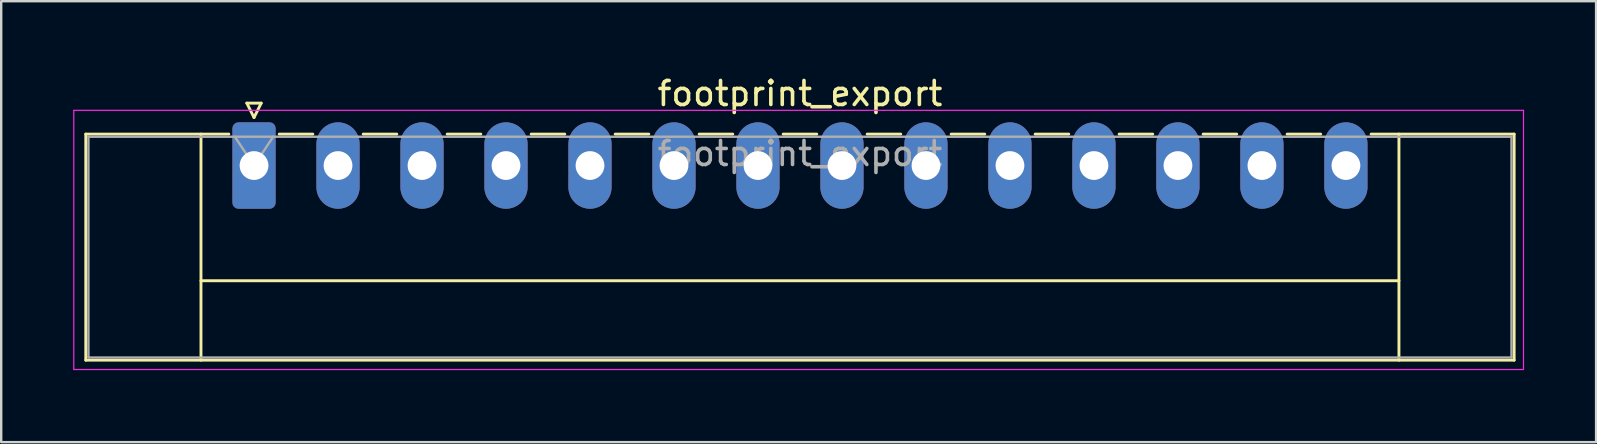
<source format=kicad_pcb>
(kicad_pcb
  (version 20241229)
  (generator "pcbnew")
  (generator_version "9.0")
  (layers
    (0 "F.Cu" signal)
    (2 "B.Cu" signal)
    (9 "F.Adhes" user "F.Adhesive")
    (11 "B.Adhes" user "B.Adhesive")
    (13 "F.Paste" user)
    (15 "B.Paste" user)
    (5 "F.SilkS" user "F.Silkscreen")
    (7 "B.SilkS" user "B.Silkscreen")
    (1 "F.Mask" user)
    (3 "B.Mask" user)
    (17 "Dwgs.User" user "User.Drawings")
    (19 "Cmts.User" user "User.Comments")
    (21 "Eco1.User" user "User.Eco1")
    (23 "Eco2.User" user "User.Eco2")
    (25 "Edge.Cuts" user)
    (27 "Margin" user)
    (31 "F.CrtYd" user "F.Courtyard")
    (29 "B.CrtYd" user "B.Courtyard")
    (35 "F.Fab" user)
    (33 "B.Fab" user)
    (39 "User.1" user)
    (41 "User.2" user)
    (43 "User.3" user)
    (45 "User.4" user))
  (footprint "footprint_export"
    (layer "F.Cu")
    (at 7.535 3.848)
    (property "Reference" "footprint_export" (at 22.75 -3 0) (layer "F.SilkS") (effects (font (size 1 1) (thickness 0.15))))
    (attr through_hole)
    (fp_line (start -7.01 -1.31) (end -7.01 8.11) (stroke (width 0.12) (type solid)) (layer "F.SilkS"))
    (fp_line (start -7.01 -1.31) (end -1.05 -1.31) (stroke (width 0.12) (type solid)) (layer "F.SilkS"))
    (fp_line (start -7.01 8.11) (end 52.51 8.11) (stroke (width 0.12) (type solid)) (layer "F.SilkS"))
    (fp_line (start -2.21 -1.31) (end -2.21 8.11) (stroke (width 0.12) (type solid)) (layer "F.SilkS"))
    (fp_line (start -2.21 4.8) (end 47.71 4.8) (stroke (width 0.12) (type solid)) (layer "F.SilkS"))
    (fp_line (start -0.3 -2.6) (end 0.3 -2.6) (stroke (width 0.12) (type solid)) (layer "F.SilkS"))
    (fp_line (start 0 -2) (end -0.3 -2.6) (stroke (width 0.12) (type solid)) (layer "F.SilkS"))
    (fp_line (start 0.3 -2.6) (end 0 -2) (stroke (width 0.12) (type solid)) (layer "F.SilkS"))
    (fp_line (start 1.05 -1.31) (end 2.45 -1.31) (stroke (width 0.12) (type solid)) (layer "F.SilkS"))
    (fp_line (start 4.55 -1.31) (end 5.95 -1.31) (stroke (width 0.12) (type solid)) (layer "F.SilkS"))
    (fp_line (start 8.05 -1.31) (end 9.45 -1.31) (stroke (width 0.12) (type solid)) (layer "F.SilkS"))
    (fp_line (start 11.55 -1.31) (end 12.95 -1.31) (stroke (width 0.12) (type solid)) (layer "F.SilkS"))
    (fp_line (start 15.05 -1.31) (end 16.45 -1.31) (stroke (width 0.12) (type solid)) (layer "F.SilkS"))
    (fp_line (start 18.55 -1.31) (end 19.95 -1.31) (stroke (width 0.12) (type solid)) (layer "F.SilkS"))
    (fp_line (start 22.05 -1.31) (end 23.45 -1.31) (stroke (width 0.12) (type solid)) (layer "F.SilkS"))
    (fp_line (start 25.55 -1.31) (end 26.95 -1.31) (stroke (width 0.12) (type solid)) (layer "F.SilkS"))
    (fp_line (start 29.05 -1.31) (end 30.45 -1.31) (stroke (width 0.12) (type solid)) (layer "F.SilkS"))
    (fp_line (start 32.55 -1.31) (end 33.95 -1.31) (stroke (width 0.12) (type solid)) (layer "F.SilkS"))
    (fp_line (start 36.05 -1.31) (end 37.45 -1.31) (stroke (width 0.12) (type solid)) (layer "F.SilkS"))
    (fp_line (start 39.55 -1.31) (end 40.95 -1.31) (stroke (width 0.12) (type solid)) (layer "F.SilkS"))
    (fp_line (start 43.05 -1.31) (end 44.45 -1.31) (stroke (width 0.12) (type solid)) (layer "F.SilkS"))
    (fp_line (start 47.71 -1.31) (end 47.71 8.11) (stroke (width 0.12) (type solid)) (layer "F.SilkS"))
    (fp_line (start 52.51 -1.31) (end 46.55 -1.31) (stroke (width 0.12) (type solid)) (layer "F.SilkS"))
    (fp_line (start 52.51 8.11) (end 52.51 -1.31) (stroke (width 0.12) (type solid)) (layer "F.SilkS"))
    (fp_line (start -7.51 -2.3) (end -7.51 8.5) (stroke (width 0.05) (type solid)) (layer "F.CrtYd"))
    (fp_line (start -7.51 8.5) (end 52.9 8.5) (stroke (width 0.05) (type solid)) (layer "F.CrtYd"))
    (fp_line (start 52.9 -2.3) (end -7.51 -2.3) (stroke (width 0.05) (type solid)) (layer "F.CrtYd"))
    (fp_line (start 52.9 8.5) (end 52.9 -2.3) (stroke (width 0.05) (type solid)) (layer "F.CrtYd"))
    (fp_line (start -6.9 -1.2) (end -6.9 8) (stroke (width 0.1) (type solid)) (layer "F.Fab"))
    (fp_line (start -6.9 8) (end 52.4 8) (stroke (width 0.1) (type solid)) (layer "F.Fab"))
    (fp_line (start 0 0) (end -0.8 -1.2) (stroke (width 0.1) (type solid)) (layer "F.Fab"))
    (fp_line (start 0.8 -1.2) (end 0 0) (stroke (width 0.1) (type solid)) (layer "F.Fab"))
    (fp_line (start 52.4 -1.2) (end -6.9 -1.2) (stroke (width 0.1) (type solid)) (layer "F.Fab"))
    (fp_line (start 52.4 8) (end 52.4 -1.2) (stroke (width 0.1) (type solid)) (layer "F.Fab"))
    (fp_text user "${REFERENCE}" (at 22.75 -0.5 0) (layer "F.Fab") (effects (font (size 1 1) (thickness 0.15))))
    (pad "1" thru_hole roundrect (at 0 0) (size 1.8 3.6) (drill 1.2) (layers "*.Cu" "*.Mask") (roundrect_rratio 0.139))
    (pad "2" thru_hole oval (at 3.5 0) (size 1.8 3.6) (drill 1.2) (layers "*.Cu" "*.Mask"))
    (pad "3" thru_hole oval (at 7 0) (size 1.8 3.6) (drill 1.2) (layers "*.Cu" "*.Mask"))
    (pad "4" thru_hole oval (at 10.5 0) (size 1.8 3.6) (drill 1.2) (layers "*.Cu" "*.Mask"))
    (pad "5" thru_hole oval (at 14 0) (size 1.8 3.6) (drill 1.2) (layers "*.Cu" "*.Mask"))
    (pad "6" thru_hole oval (at 17.5 0) (size 1.8 3.6) (drill 1.2) (layers "*.Cu" "*.Mask"))
    (pad "7" thru_hole oval (at 21 0) (size 1.8 3.6) (drill 1.2) (layers "*.Cu" "*.Mask"))
    (pad "8" thru_hole oval (at 24.5 0) (size 1.8 3.6) (drill 1.2) (layers "*.Cu" "*.Mask"))
    (pad "9" thru_hole oval (at 28 0) (size 1.8 3.6) (drill 1.2) (layers "*.Cu" "*.Mask"))
    (pad "10" thru_hole oval (at 31.5 0) (size 1.8 3.6) (drill 1.2) (layers "*.Cu" "*.Mask"))
    (pad "11" thru_hole oval (at 35 0) (size 1.8 3.6) (drill 1.2) (layers "*.Cu" "*.Mask"))
    (pad "12" thru_hole oval (at 38.5 0) (size 1.8 3.6) (drill 1.2) (layers "*.Cu" "*.Mask"))
    (pad "13" thru_hole oval (at 42 0) (size 1.8 3.6) (drill 1.2) (layers "*.Cu" "*.Mask"))
    (pad "14" thru_hole oval (at 45.5 0) (size 1.8 3.6) (drill 1.2) (layers "*.Cu" "*.Mask")))
  (gr_rect
    (start -3 -3)
    (end 63.46 15.373)
    (stroke (width 0.1) (type default))
    (fill no)
    (layer "Edge.Cuts")))
</source>
